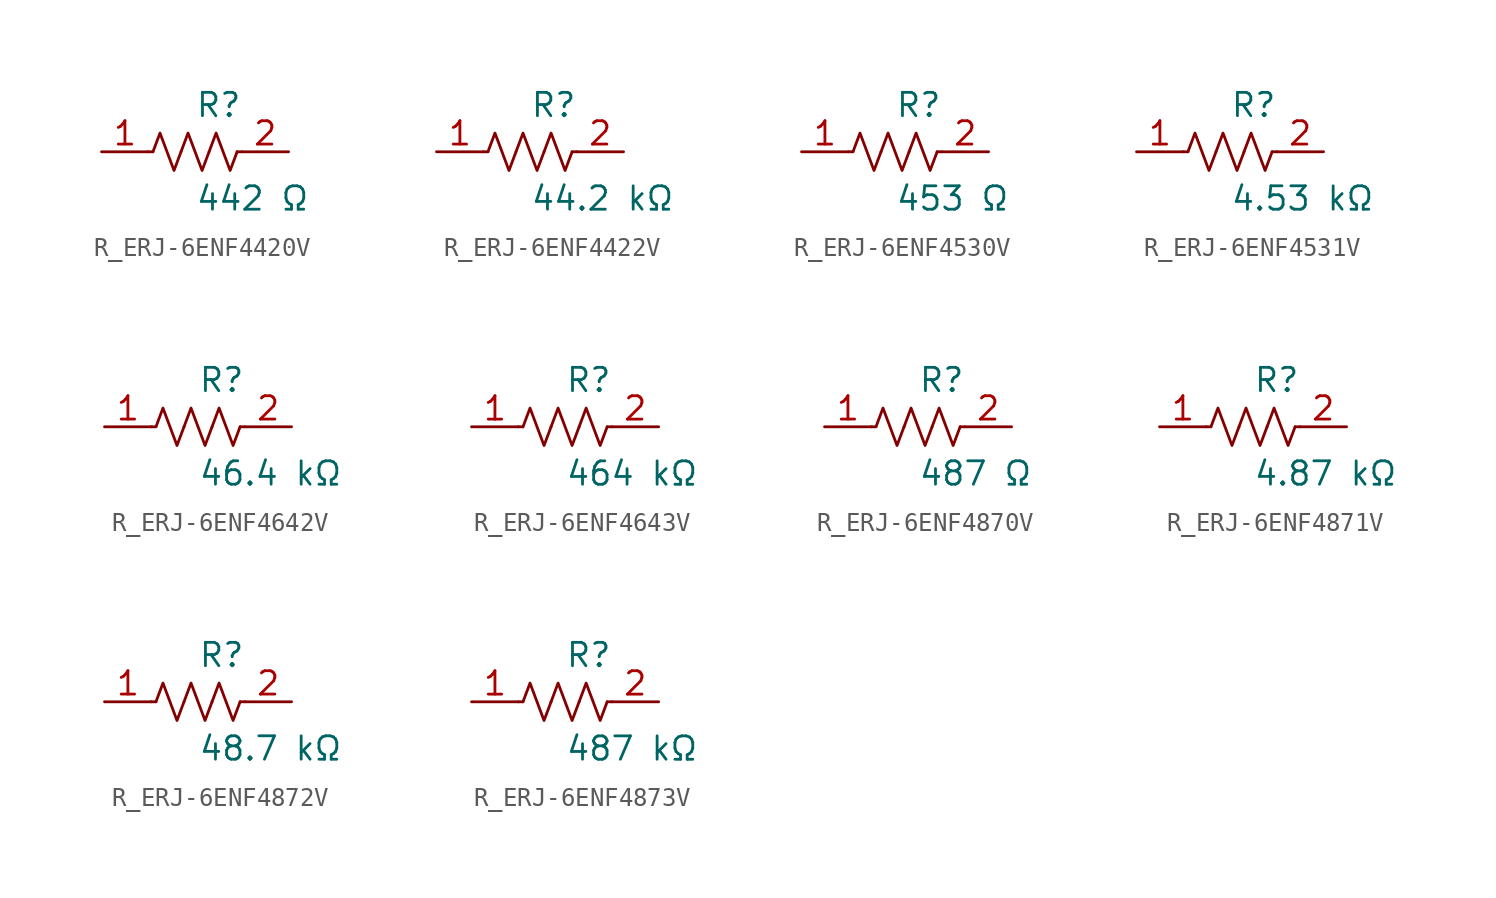
<source format=kicad_sym>
(kicad_symbol_lib
  (version 20231120)
  (generator kicad_symbol_editor)
  (generator_version 8.0)
  (symbol "R_ERJ-6ENF4420V"
    (pin_names
      (offset 0.254))
    (property "Reference" "R"
      (at 0.0 2.54 0)
      (effects (font (size 1.27 1.27)) (justify left)))
    (property "Value" "442 Ω"
      (at 0.0 -2.54 0)
      (effects (font (size 1.27 1.27)) (justify left)))
    (symbol "R_ERJ-6ENF4420V_0_1"
      (polyline (pts (xy 2.286 0) (xy 2.54 0)) (stroke (width 0) (type default)) (fill (type none)))
      (polyline (pts (xy -2.286 0) (xy -2.54 0)) (stroke (width 0) (type default)) (fill (type none)))
      (polyline (pts (xy 0.762 0) (xy 1.143 1.016) (xy 1.524 0) (xy 1.905 -1.016) (xy 2.286 0)) (stroke (width 0) (type default)) (fill (type none)))
      (polyline (pts (xy -0.762 0) (xy -0.381 1.016) (xy 0 0) (xy 0.381 -1.016) (xy 0.762 0)) (stroke (width 0) (type default)) (fill (type none)))
      (polyline (pts (xy -2.286 0) (xy -1.905 1.016) (xy -1.524 0) (xy -1.143 -1.016) (xy -0.762 0)) (stroke (width 0) (type default)) (fill (type none))))
    (pin unspecified line
      (at -5.08 0 0)
      (length 2.54)
      (name "" (effects (font (size 1.27 1.27))))
      (number "1" (effects (font (size 1.27 1.27)))))
    (pin unspecified line
      (at 5.08 0 180)
      (length 2.54)
      (name "" (effects (font (size 1.27 1.27))))
      (number "2" (effects (font (size 1.27 1.27))))))
  (symbol "R_ERJ-6ENF4422V"
    (pin_names
      (offset 0.254))
    (property "Reference" "R"
      (at 0.0 2.54 0)
      (effects (font (size 1.27 1.27)) (justify left)))
    (property "Value" "44.2 kΩ"
      (at 0.0 -2.54 0)
      (effects (font (size 1.27 1.27)) (justify left)))
    (symbol "R_ERJ-6ENF4422V_0_1"
      (polyline (pts (xy 2.286 0) (xy 2.54 0)) (stroke (width 0) (type default)) (fill (type none)))
      (polyline (pts (xy -2.286 0) (xy -2.54 0)) (stroke (width 0) (type default)) (fill (type none)))
      (polyline (pts (xy 0.762 0) (xy 1.143 1.016) (xy 1.524 0) (xy 1.905 -1.016) (xy 2.286 0)) (stroke (width 0) (type default)) (fill (type none)))
      (polyline (pts (xy -0.762 0) (xy -0.381 1.016) (xy 0 0) (xy 0.381 -1.016) (xy 0.762 0)) (stroke (width 0) (type default)) (fill (type none)))
      (polyline (pts (xy -2.286 0) (xy -1.905 1.016) (xy -1.524 0) (xy -1.143 -1.016) (xy -0.762 0)) (stroke (width 0) (type default)) (fill (type none))))
    (pin unspecified line
      (at -5.08 0 0)
      (length 2.54)
      (name "" (effects (font (size 1.27 1.27))))
      (number "1" (effects (font (size 1.27 1.27)))))
    (pin unspecified line
      (at 5.08 0 180)
      (length 2.54)
      (name "" (effects (font (size 1.27 1.27))))
      (number "2" (effects (font (size 1.27 1.27))))))
  (symbol "R_ERJ-6ENF4530V"
    (pin_names
      (offset 0.254))
    (property "Reference" "R"
      (at 0.0 2.54 0)
      (effects (font (size 1.27 1.27)) (justify left)))
    (property "Value" "453 Ω"
      (at 0.0 -2.54 0)
      (effects (font (size 1.27 1.27)) (justify left)))
    (symbol "R_ERJ-6ENF4530V_0_1"
      (polyline (pts (xy 2.286 0) (xy 2.54 0)) (stroke (width 0) (type default)) (fill (type none)))
      (polyline (pts (xy -2.286 0) (xy -2.54 0)) (stroke (width 0) (type default)) (fill (type none)))
      (polyline (pts (xy 0.762 0) (xy 1.143 1.016) (xy 1.524 0) (xy 1.905 -1.016) (xy 2.286 0)) (stroke (width 0) (type default)) (fill (type none)))
      (polyline (pts (xy -0.762 0) (xy -0.381 1.016) (xy 0 0) (xy 0.381 -1.016) (xy 0.762 0)) (stroke (width 0) (type default)) (fill (type none)))
      (polyline (pts (xy -2.286 0) (xy -1.905 1.016) (xy -1.524 0) (xy -1.143 -1.016) (xy -0.762 0)) (stroke (width 0) (type default)) (fill (type none))))
    (pin unspecified line
      (at -5.08 0 0)
      (length 2.54)
      (name "" (effects (font (size 1.27 1.27))))
      (number "1" (effects (font (size 1.27 1.27)))))
    (pin unspecified line
      (at 5.08 0 180)
      (length 2.54)
      (name "" (effects (font (size 1.27 1.27))))
      (number "2" (effects (font (size 1.27 1.27))))))
  (symbol "R_ERJ-6ENF4531V"
    (pin_names
      (offset 0.254))
    (property "Reference" "R"
      (at 0.0 2.54 0)
      (effects (font (size 1.27 1.27)) (justify left)))
    (property "Value" "4.53 kΩ"
      (at 0.0 -2.54 0)
      (effects (font (size 1.27 1.27)) (justify left)))
    (symbol "R_ERJ-6ENF4531V_0_1"
      (polyline (pts (xy 2.286 0) (xy 2.54 0)) (stroke (width 0) (type default)) (fill (type none)))
      (polyline (pts (xy -2.286 0) (xy -2.54 0)) (stroke (width 0) (type default)) (fill (type none)))
      (polyline (pts (xy 0.762 0) (xy 1.143 1.016) (xy 1.524 0) (xy 1.905 -1.016) (xy 2.286 0)) (stroke (width 0) (type default)) (fill (type none)))
      (polyline (pts (xy -0.762 0) (xy -0.381 1.016) (xy 0 0) (xy 0.381 -1.016) (xy 0.762 0)) (stroke (width 0) (type default)) (fill (type none)))
      (polyline (pts (xy -2.286 0) (xy -1.905 1.016) (xy -1.524 0) (xy -1.143 -1.016) (xy -0.762 0)) (stroke (width 0) (type default)) (fill (type none))))
    (pin unspecified line
      (at -5.08 0 0)
      (length 2.54)
      (name "" (effects (font (size 1.27 1.27))))
      (number "1" (effects (font (size 1.27 1.27)))))
    (pin unspecified line
      (at 5.08 0 180)
      (length 2.54)
      (name "" (effects (font (size 1.27 1.27))))
      (number "2" (effects (font (size 1.27 1.27))))))
  (symbol "R_ERJ-6ENF4642V"
    (pin_names
      (offset 0.254))
    (property "Reference" "R"
      (at 0.0 2.54 0)
      (effects (font (size 1.27 1.27)) (justify left)))
    (property "Value" "46.4 kΩ"
      (at 0.0 -2.54 0)
      (effects (font (size 1.27 1.27)) (justify left)))
    (symbol "R_ERJ-6ENF4642V_0_1"
      (polyline (pts (xy 2.286 0) (xy 2.54 0)) (stroke (width 0) (type default)) (fill (type none)))
      (polyline (pts (xy -2.286 0) (xy -2.54 0)) (stroke (width 0) (type default)) (fill (type none)))
      (polyline (pts (xy 0.762 0) (xy 1.143 1.016) (xy 1.524 0) (xy 1.905 -1.016) (xy 2.286 0)) (stroke (width 0) (type default)) (fill (type none)))
      (polyline (pts (xy -0.762 0) (xy -0.381 1.016) (xy 0 0) (xy 0.381 -1.016) (xy 0.762 0)) (stroke (width 0) (type default)) (fill (type none)))
      (polyline (pts (xy -2.286 0) (xy -1.905 1.016) (xy -1.524 0) (xy -1.143 -1.016) (xy -0.762 0)) (stroke (width 0) (type default)) (fill (type none))))
    (pin unspecified line
      (at -5.08 0 0)
      (length 2.54)
      (name "" (effects (font (size 1.27 1.27))))
      (number "1" (effects (font (size 1.27 1.27)))))
    (pin unspecified line
      (at 5.08 0 180)
      (length 2.54)
      (name "" (effects (font (size 1.27 1.27))))
      (number "2" (effects (font (size 1.27 1.27))))))
  (symbol "R_ERJ-6ENF4643V"
    (pin_names
      (offset 0.254))
    (property "Reference" "R"
      (at 0.0 2.54 0)
      (effects (font (size 1.27 1.27)) (justify left)))
    (property "Value" "464 kΩ"
      (at 0.0 -2.54 0)
      (effects (font (size 1.27 1.27)) (justify left)))
    (symbol "R_ERJ-6ENF4643V_0_1"
      (polyline (pts (xy 2.286 0) (xy 2.54 0)) (stroke (width 0) (type default)) (fill (type none)))
      (polyline (pts (xy -2.286 0) (xy -2.54 0)) (stroke (width 0) (type default)) (fill (type none)))
      (polyline (pts (xy 0.762 0) (xy 1.143 1.016) (xy 1.524 0) (xy 1.905 -1.016) (xy 2.286 0)) (stroke (width 0) (type default)) (fill (type none)))
      (polyline (pts (xy -0.762 0) (xy -0.381 1.016) (xy 0 0) (xy 0.381 -1.016) (xy 0.762 0)) (stroke (width 0) (type default)) (fill (type none)))
      (polyline (pts (xy -2.286 0) (xy -1.905 1.016) (xy -1.524 0) (xy -1.143 -1.016) (xy -0.762 0)) (stroke (width 0) (type default)) (fill (type none))))
    (pin unspecified line
      (at -5.08 0 0)
      (length 2.54)
      (name "" (effects (font (size 1.27 1.27))))
      (number "1" (effects (font (size 1.27 1.27)))))
    (pin unspecified line
      (at 5.08 0 180)
      (length 2.54)
      (name "" (effects (font (size 1.27 1.27))))
      (number "2" (effects (font (size 1.27 1.27))))))
  (symbol "R_ERJ-6ENF4870V"
    (pin_names
      (offset 0.254))
    (property "Reference" "R"
      (at 0.0 2.54 0)
      (effects (font (size 1.27 1.27)) (justify left)))
    (property "Value" "487 Ω"
      (at 0.0 -2.54 0)
      (effects (font (size 1.27 1.27)) (justify left)))
    (symbol "R_ERJ-6ENF4870V_0_1"
      (polyline (pts (xy 2.286 0) (xy 2.54 0)) (stroke (width 0) (type default)) (fill (type none)))
      (polyline (pts (xy -2.286 0) (xy -2.54 0)) (stroke (width 0) (type default)) (fill (type none)))
      (polyline (pts (xy 0.762 0) (xy 1.143 1.016) (xy 1.524 0) (xy 1.905 -1.016) (xy 2.286 0)) (stroke (width 0) (type default)) (fill (type none)))
      (polyline (pts (xy -0.762 0) (xy -0.381 1.016) (xy 0 0) (xy 0.381 -1.016) (xy 0.762 0)) (stroke (width 0) (type default)) (fill (type none)))
      (polyline (pts (xy -2.286 0) (xy -1.905 1.016) (xy -1.524 0) (xy -1.143 -1.016) (xy -0.762 0)) (stroke (width 0) (type default)) (fill (type none))))
    (pin unspecified line
      (at -5.08 0 0)
      (length 2.54)
      (name "" (effects (font (size 1.27 1.27))))
      (number "1" (effects (font (size 1.27 1.27)))))
    (pin unspecified line
      (at 5.08 0 180)
      (length 2.54)
      (name "" (effects (font (size 1.27 1.27))))
      (number "2" (effects (font (size 1.27 1.27))))))
  (symbol "R_ERJ-6ENF4871V"
    (pin_names
      (offset 0.254))
    (property "Reference" "R"
      (at 0.0 2.54 0)
      (effects (font (size 1.27 1.27)) (justify left)))
    (property "Value" "4.87 kΩ"
      (at 0.0 -2.54 0)
      (effects (font (size 1.27 1.27)) (justify left)))
    (symbol "R_ERJ-6ENF4871V_0_1"
      (polyline (pts (xy 2.286 0) (xy 2.54 0)) (stroke (width 0) (type default)) (fill (type none)))
      (polyline (pts (xy -2.286 0) (xy -2.54 0)) (stroke (width 0) (type default)) (fill (type none)))
      (polyline (pts (xy 0.762 0) (xy 1.143 1.016) (xy 1.524 0) (xy 1.905 -1.016) (xy 2.286 0)) (stroke (width 0) (type default)) (fill (type none)))
      (polyline (pts (xy -0.762 0) (xy -0.381 1.016) (xy 0 0) (xy 0.381 -1.016) (xy 0.762 0)) (stroke (width 0) (type default)) (fill (type none)))
      (polyline (pts (xy -2.286 0) (xy -1.905 1.016) (xy -1.524 0) (xy -1.143 -1.016) (xy -0.762 0)) (stroke (width 0) (type default)) (fill (type none))))
    (pin unspecified line
      (at -5.08 0 0)
      (length 2.54)
      (name "" (effects (font (size 1.27 1.27))))
      (number "1" (effects (font (size 1.27 1.27)))))
    (pin unspecified line
      (at 5.08 0 180)
      (length 2.54)
      (name "" (effects (font (size 1.27 1.27))))
      (number "2" (effects (font (size 1.27 1.27))))))
  (symbol "R_ERJ-6ENF4872V"
    (pin_names
      (offset 0.254))
    (property "Reference" "R"
      (at 0.0 2.54 0)
      (effects (font (size 1.27 1.27)) (justify left)))
    (property "Value" "48.7 kΩ"
      (at 0.0 -2.54 0)
      (effects (font (size 1.27 1.27)) (justify left)))
    (symbol "R_ERJ-6ENF4872V_0_1"
      (polyline (pts (xy 2.286 0) (xy 2.54 0)) (stroke (width 0) (type default)) (fill (type none)))
      (polyline (pts (xy -2.286 0) (xy -2.54 0)) (stroke (width 0) (type default)) (fill (type none)))
      (polyline (pts (xy 0.762 0) (xy 1.143 1.016) (xy 1.524 0) (xy 1.905 -1.016) (xy 2.286 0)) (stroke (width 0) (type default)) (fill (type none)))
      (polyline (pts (xy -0.762 0) (xy -0.381 1.016) (xy 0 0) (xy 0.381 -1.016) (xy 0.762 0)) (stroke (width 0) (type default)) (fill (type none)))
      (polyline (pts (xy -2.286 0) (xy -1.905 1.016) (xy -1.524 0) (xy -1.143 -1.016) (xy -0.762 0)) (stroke (width 0) (type default)) (fill (type none))))
    (pin unspecified line
      (at -5.08 0 0)
      (length 2.54)
      (name "" (effects (font (size 1.27 1.27))))
      (number "1" (effects (font (size 1.27 1.27)))))
    (pin unspecified line
      (at 5.08 0 180)
      (length 2.54)
      (name "" (effects (font (size 1.27 1.27))))
      (number "2" (effects (font (size 1.27 1.27))))))
  (symbol "R_ERJ-6ENF4873V"
    (pin_names
      (offset 0.254))
    (property "Reference" "R"
      (at 0.0 2.54 0)
      (effects (font (size 1.27 1.27)) (justify left)))
    (property "Value" "487 kΩ"
      (at 0.0 -2.54 0)
      (effects (font (size 1.27 1.27)) (justify left)))
    (symbol "R_ERJ-6ENF4873V_0_1"
      (polyline (pts (xy 2.286 0) (xy 2.54 0)) (stroke (width 0) (type default)) (fill (type none)))
      (polyline (pts (xy -2.286 0) (xy -2.54 0)) (stroke (width 0) (type default)) (fill (type none)))
      (polyline (pts (xy 0.762 0) (xy 1.143 1.016) (xy 1.524 0) (xy 1.905 -1.016) (xy 2.286 0)) (stroke (width 0) (type default)) (fill (type none)))
      (polyline (pts (xy -0.762 0) (xy -0.381 1.016) (xy 0 0) (xy 0.381 -1.016) (xy 0.762 0)) (stroke (width 0) (type default)) (fill (type none)))
      (polyline (pts (xy -2.286 0) (xy -1.905 1.016) (xy -1.524 0) (xy -1.143 -1.016) (xy -0.762 0)) (stroke (width 0) (type default)) (fill (type none))))
    (pin unspecified line
      (at -5.08 0 0)
      (length 2.54)
      (name "" (effects (font (size 1.27 1.27))))
      (number "1" (effects (font (size 1.27 1.27)))))
    (pin unspecified line
      (at 5.08 0 180)
      (length 2.54)
      (name "" (effects (font (size 1.27 1.27))))
      (number "2" (effects (font (size 1.27 1.27)))))))
</source>
